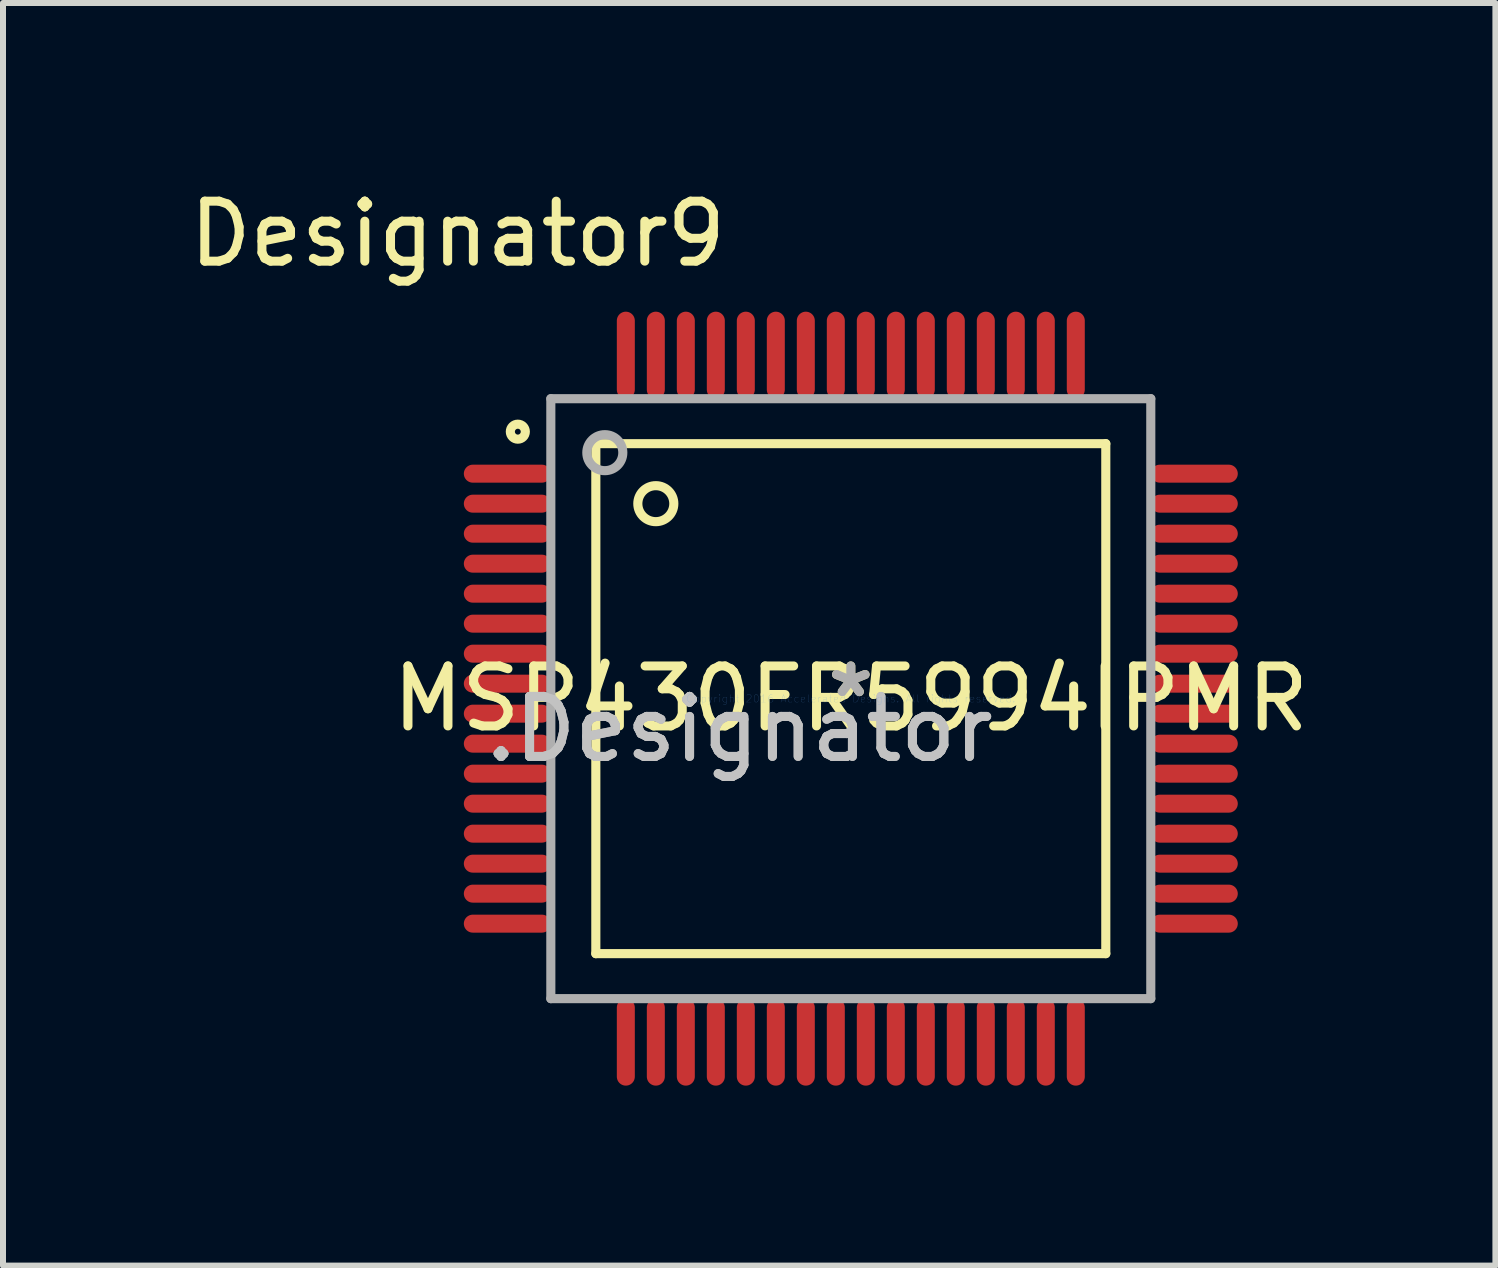
<source format=kicad_pcb>
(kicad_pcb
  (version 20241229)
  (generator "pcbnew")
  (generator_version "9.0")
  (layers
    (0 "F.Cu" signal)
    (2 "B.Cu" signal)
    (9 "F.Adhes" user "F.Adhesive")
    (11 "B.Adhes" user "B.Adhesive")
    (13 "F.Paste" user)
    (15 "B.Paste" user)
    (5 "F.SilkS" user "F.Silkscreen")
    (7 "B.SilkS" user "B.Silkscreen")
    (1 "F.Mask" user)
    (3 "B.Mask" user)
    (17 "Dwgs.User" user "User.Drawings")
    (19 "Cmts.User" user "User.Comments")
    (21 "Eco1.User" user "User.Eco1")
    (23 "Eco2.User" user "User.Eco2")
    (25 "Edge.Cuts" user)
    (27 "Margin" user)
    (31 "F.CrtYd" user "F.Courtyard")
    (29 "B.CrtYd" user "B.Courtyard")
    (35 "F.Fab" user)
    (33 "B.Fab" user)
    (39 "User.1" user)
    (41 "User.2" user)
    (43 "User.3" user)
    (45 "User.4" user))
  (footprint "MSP430FR5994IPMR"
    (layer "F.Cu")
    (at 11.131 8.595)
    (property "Reference" "MSP430FR5994IPMR" (at 0 0 0) (layer "F.SilkS") (effects (font (size 1 1) (thickness 0.15))))
    (attr through_hole)
    (fp_line (start -4.25 -4.25) (end 4.25 -4.25) (stroke (width 0.152) (type solid)) (layer "F.SilkS"))
    (fp_line (start -4.25 4.25) (end -4.25 -4.25) (stroke (width 0.152) (type solid)) (layer "F.SilkS"))
    (fp_line (start -4.25 4.25) (end 4.25 4.25) (stroke (width 0.152) (type solid)) (layer "F.SilkS"))
    (fp_line (start 4.25 4.25) (end 4.25 -4.25) (stroke (width 0.152) (type solid)) (layer "F.SilkS"))
    (fp_circle (center -5.55 -4.45) (end -5.425 -4.45) (stroke (width 0.152) (type solid)) (fill no) (layer "F.SilkS"))
    (fp_circle (center -3.25 -3.25) (end -2.95 -3.25) (stroke (width 0.152) (type solid)) (fill no) (layer "F.SilkS"))
    (fp_line (start -5 -5) (end 5 -5) (stroke (width 0.152) (type solid)) (layer "F.Fab"))
    (fp_line (start -5 5) (end -5 -5) (stroke (width 0.152) (type solid)) (layer "F.Fab"))
    (fp_line (start -5 5) (end 5 5) (stroke (width 0.152) (type solid)) (layer "F.Fab"))
    (fp_line (start 5 5) (end 5 -5) (stroke (width 0.152) (type solid)) (layer "F.Fab"))
    (fp_circle (center -4.1 -4.1) (end -3.8 -4.1) (stroke (width 0.152) (type solid)) (fill no) (layer "F.Fab"))
    (fp_text user "*" (at 0 0 0) (layer "F.SilkS") (effects (font (size 1 1) (thickness 0.15))))
    (fp_text user "Designator9" (at -6.553 -7.747 0) (layer "F.SilkS") (effects (font (size 1 1) (thickness 0.15))))
    (fp_text user ".Designator" (at -1.854 0.508 0) (layer "Dwgs.User") (effects (font (size 1 1) (thickness 0.15))))
    (fp_text user "Copyright 2016 Accelerated Designs. All rights reserved." (at 0 0 0) (layer "Cmts.User") (effects (font (size 0.127 0.127) (thickness 0.002))))
    (fp_text user ".Designator" (at -1.854 0.508 0) (layer "F.Fab") (effects (font (size 1 1) (thickness 0.15))))
    (fp_text user "*" (at 0 0 0) (layer "F.Fab") (effects (font (size 1 1) (thickness 0.15))))
    (pad "1" smd oval (at -5.725 -3.75 90) (size 0.3 1.45) (layers "F.Cu" "F.Mask" "F.Paste"))
    (pad "2" smd oval (at -5.725 -3.25 90) (size 0.3 1.45) (layers "F.Cu" "F.Mask" "F.Paste"))
    (pad "3" smd oval (at -5.725 -2.75 90) (size 0.3 1.45) (layers "F.Cu" "F.Mask" "F.Paste"))
    (pad "4" smd oval (at -5.725 -2.25 90) (size 0.3 1.45) (layers "F.Cu" "F.Mask" "F.Paste"))
    (pad "5" smd oval (at -5.725 -1.75 90) (size 0.3 1.45) (layers "F.Cu" "F.Mask" "F.Paste"))
    (pad "6" smd oval (at -5.725 -1.25 90) (size 0.3 1.45) (layers "F.Cu" "F.Mask" "F.Paste"))
    (pad "7" smd oval (at -5.725 -0.75 90) (size 0.3 1.45) (layers "F.Cu" "F.Mask" "F.Paste"))
    (pad "8" smd oval (at -5.725 -0.25 90) (size 0.3 1.45) (layers "F.Cu" "F.Mask" "F.Paste"))
    (pad "9" smd oval (at -5.725 0.25 90) (size 0.3 1.45) (layers "F.Cu" "F.Mask" "F.Paste"))
    (pad "10" smd oval (at -5.725 0.75 90) (size 0.3 1.45) (layers "F.Cu" "F.Mask" "F.Paste"))
    (pad "11" smd oval (at -5.725 1.25 90) (size 0.3 1.45) (layers "F.Cu" "F.Mask" "F.Paste"))
    (pad "12" smd oval (at -5.725 1.75 90) (size 0.3 1.45) (layers "F.Cu" "F.Mask" "F.Paste"))
    (pad "13" smd oval (at -5.725 2.25 90) (size 0.3 1.45) (layers "F.Cu" "F.Mask" "F.Paste"))
    (pad "14" smd oval (at -5.725 2.75 90) (size 0.3 1.45) (layers "F.Cu" "F.Mask" "F.Paste"))
    (pad "15" smd oval (at -5.725 3.25 90) (size 0.3 1.45) (layers "F.Cu" "F.Mask" "F.Paste"))
    (pad "16" smd oval (at -5.725 3.75 90) (size 0.3 1.45) (layers "F.Cu" "F.Mask" "F.Paste"))
    (pad "17" smd oval (at -3.75 5.725) (size 0.3 1.45) (layers "F.Cu" "F.Mask" "F.Paste"))
    (pad "18" smd oval (at -3.25 5.725) (size 0.3 1.45) (layers "F.Cu" "F.Mask" "F.Paste"))
    (pad "19" smd oval (at -2.75 5.725) (size 0.3 1.45) (layers "F.Cu" "F.Mask" "F.Paste"))
    (pad "20" smd oval (at -2.25 5.725) (size 0.3 1.45) (layers "F.Cu" "F.Mask" "F.Paste"))
    (pad "21" smd oval (at -1.75 5.725) (size 0.3 1.45) (layers "F.Cu" "F.Mask" "F.Paste"))
    (pad "22" smd oval (at -1.25 5.725) (size 0.3 1.45) (layers "F.Cu" "F.Mask" "F.Paste"))
    (pad "23" smd oval (at -0.75 5.725) (size 0.3 1.45) (layers "F.Cu" "F.Mask" "F.Paste"))
    (pad "24" smd oval (at -0.25 5.725) (size 0.3 1.45) (layers "F.Cu" "F.Mask" "F.Paste"))
    (pad "25" smd oval (at 0.25 5.725) (size 0.3 1.45) (layers "F.Cu" "F.Mask" "F.Paste"))
    (pad "26" smd oval (at 0.75 5.725) (size 0.3 1.45) (layers "F.Cu" "F.Mask" "F.Paste"))
    (pad "27" smd oval (at 1.25 5.725) (size 0.3 1.45) (layers "F.Cu" "F.Mask" "F.Paste"))
    (pad "28" smd oval (at 1.75 5.725) (size 0.3 1.45) (layers "F.Cu" "F.Mask" "F.Paste"))
    (pad "29" smd oval (at 2.25 5.725) (size 0.3 1.45) (layers "F.Cu" "F.Mask" "F.Paste"))
    (pad "30" smd oval (at 2.75 5.725) (size 0.3 1.45) (layers "F.Cu" "F.Mask" "F.Paste"))
    (pad "31" smd oval (at 3.25 5.725) (size 0.3 1.45) (layers "F.Cu" "F.Mask" "F.Paste"))
    (pad "32" smd oval (at 3.75 5.725) (size 0.3 1.45) (layers "F.Cu" "F.Mask" "F.Paste"))
    (pad "33" smd oval (at 5.725 3.75 90) (size 0.3 1.45) (layers "F.Cu" "F.Mask" "F.Paste"))
    (pad "34" smd oval (at 5.725 3.25 90) (size 0.3 1.45) (layers "F.Cu" "F.Mask" "F.Paste"))
    (pad "35" smd oval (at 5.725 2.75 90) (size 0.3 1.45) (layers "F.Cu" "F.Mask" "F.Paste"))
    (pad "36" smd oval (at 5.725 2.25 90) (size 0.3 1.45) (layers "F.Cu" "F.Mask" "F.Paste"))
    (pad "37" smd oval (at 5.725 1.75 90) (size 0.3 1.45) (layers "F.Cu" "F.Mask" "F.Paste"))
    (pad "38" smd oval (at 5.725 1.25 90) (size 0.3 1.45) (layers "F.Cu" "F.Mask" "F.Paste"))
    (pad "39" smd oval (at 5.725 0.75 90) (size 0.3 1.45) (layers "F.Cu" "F.Mask" "F.Paste"))
    (pad "40" smd oval (at 5.725 0.25 90) (size 0.3 1.45) (layers "F.Cu" "F.Mask" "F.Paste"))
    (pad "41" smd oval (at 5.725 -0.25 90) (size 0.3 1.45) (layers "F.Cu" "F.Mask" "F.Paste"))
    (pad "42" smd oval (at 5.725 -0.75 90) (size 0.3 1.45) (layers "F.Cu" "F.Mask" "F.Paste"))
    (pad "43" smd oval (at 5.725 -1.25 90) (size 0.3 1.45) (layers "F.Cu" "F.Mask" "F.Paste"))
    (pad "44" smd oval (at 5.725 -1.75 90) (size 0.3 1.45) (layers "F.Cu" "F.Mask" "F.Paste"))
    (pad "45" smd oval (at 5.725 -2.25 90) (size 0.3 1.45) (layers "F.Cu" "F.Mask" "F.Paste"))
    (pad "46" smd oval (at 5.725 -2.75 90) (size 0.3 1.45) (layers "F.Cu" "F.Mask" "F.Paste"))
    (pad "47" smd oval (at 5.725 -3.25 90) (size 0.3 1.45) (layers "F.Cu" "F.Mask" "F.Paste"))
    (pad "48" smd oval (at 5.725 -3.75 90) (size 0.3 1.45) (layers "F.Cu" "F.Mask" "F.Paste"))
    (pad "49" smd oval (at 3.75 -5.725) (size 0.3 1.45) (layers "F.Cu" "F.Mask" "F.Paste"))
    (pad "50" smd oval (at 3.25 -5.725) (size 0.3 1.45) (layers "F.Cu" "F.Mask" "F.Paste"))
    (pad "51" smd oval (at 2.75 -5.725) (size 0.3 1.45) (layers "F.Cu" "F.Mask" "F.Paste"))
    (pad "52" smd oval (at 2.25 -5.725) (size 0.3 1.45) (layers "F.Cu" "F.Mask" "F.Paste"))
    (pad "53" smd oval (at 1.75 -5.725) (size 0.3 1.45) (layers "F.Cu" "F.Mask" "F.Paste"))
    (pad "54" smd oval (at 1.25 -5.725) (size 0.3 1.45) (layers "F.Cu" "F.Mask" "F.Paste"))
    (pad "55" smd oval (at 0.75 -5.725) (size 0.3 1.45) (layers "F.Cu" "F.Mask" "F.Paste"))
    (pad "56" smd oval (at 0.25 -5.725) (size 0.3 1.45) (layers "F.Cu" "F.Mask" "F.Paste"))
    (pad "57" smd oval (at -0.25 -5.725) (size 0.3 1.45) (layers "F.Cu" "F.Mask" "F.Paste"))
    (pad "58" smd oval (at -0.75 -5.725) (size 0.3 1.45) (layers "F.Cu" "F.Mask" "F.Paste"))
    (pad "59" smd oval (at -1.25 -5.725) (size 0.3 1.45) (layers "F.Cu" "F.Mask" "F.Paste"))
    (pad "60" smd oval (at -1.75 -5.725) (size 0.3 1.45) (layers "F.Cu" "F.Mask" "F.Paste"))
    (pad "61" smd oval (at -2.25 -5.725) (size 0.3 1.45) (layers "F.Cu" "F.Mask" "F.Paste"))
    (pad "62" smd oval (at -2.75 -5.725) (size 0.3 1.45) (layers "F.Cu" "F.Mask" "F.Paste"))
    (pad "63" smd oval (at -3.25 -5.725) (size 0.3 1.45) (layers "F.Cu" "F.Mask" "F.Paste"))
    (pad "64" smd oval (at -3.75 -5.725) (size 0.3 1.45) (layers "F.Cu" "F.Mask" "F.Paste")))
  (gr_rect
    (start -3 -3)
    (end 21.875 18.045)
    (stroke (width 0.1) (type default))
    (fill no)
    (layer "Edge.Cuts")))
</source>
